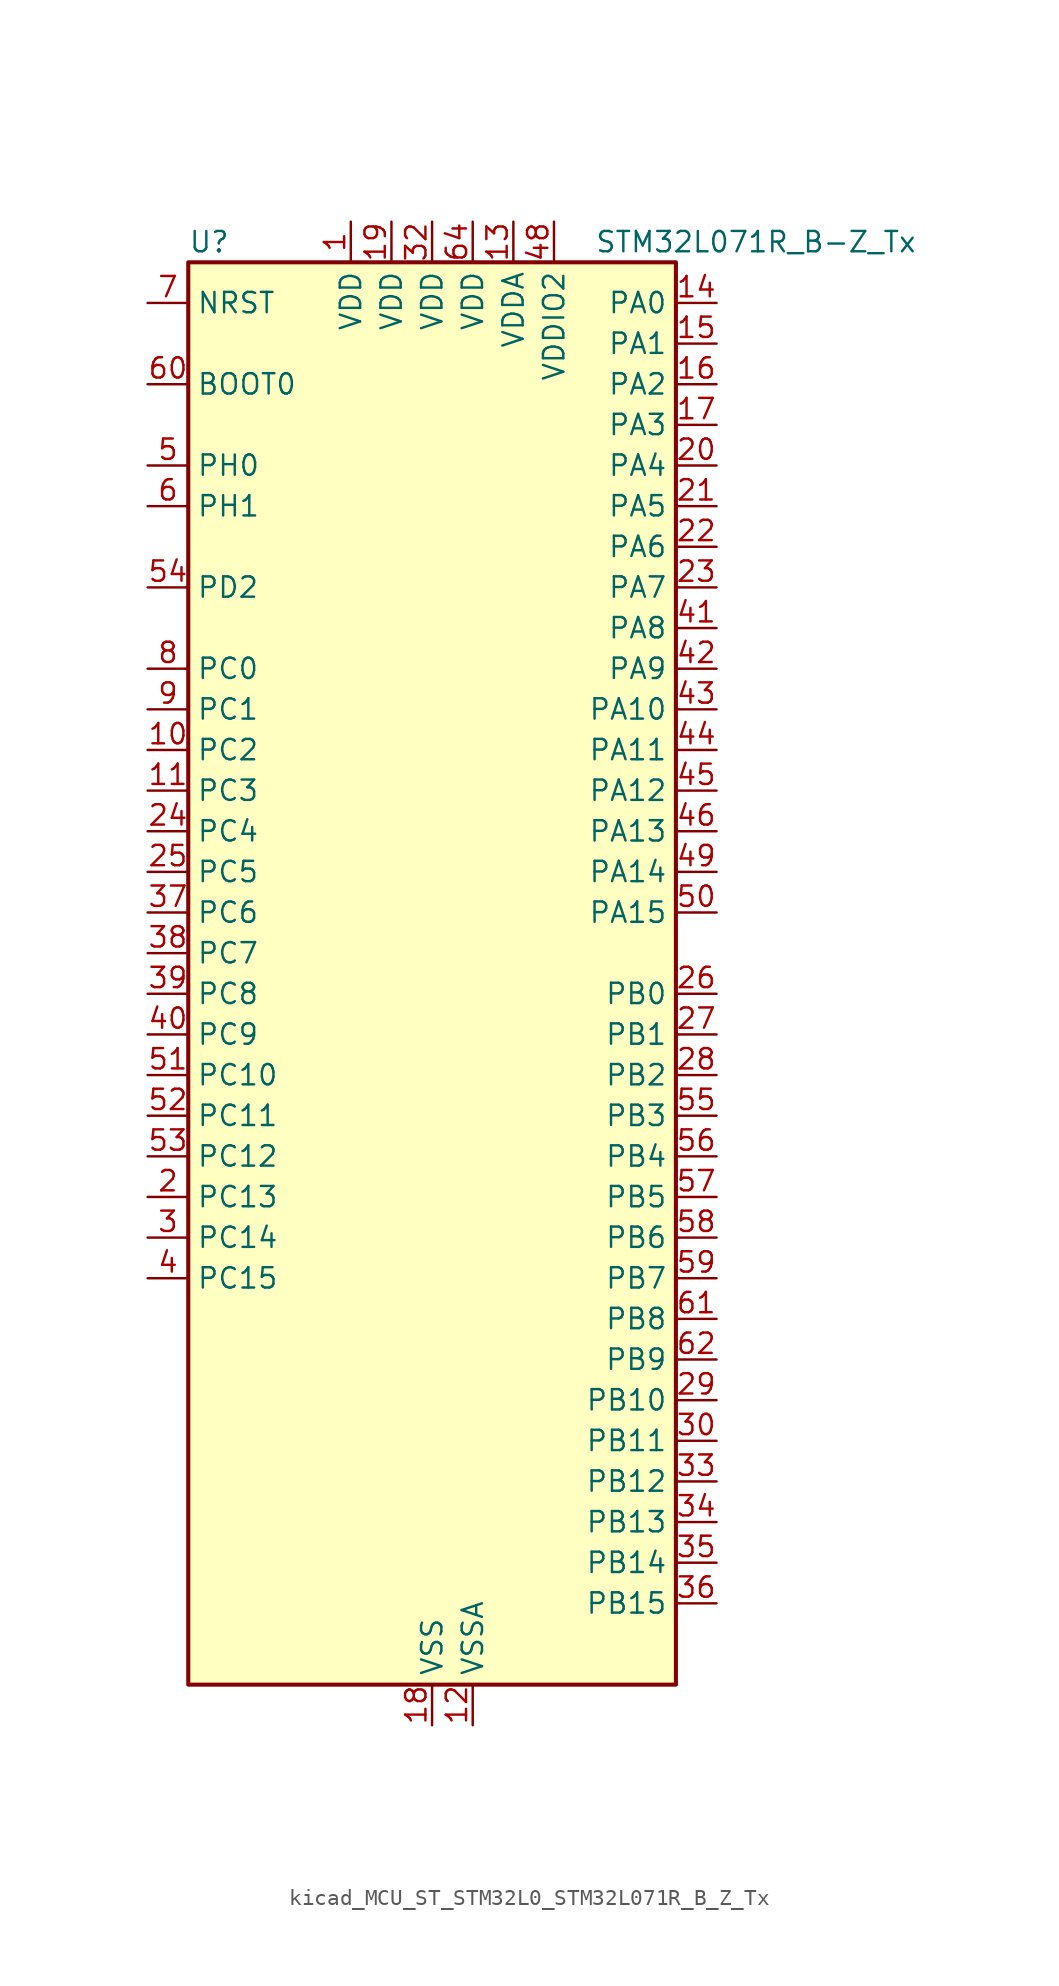
<source format=kicad_sym>
(kicad_symbol_lib
  (version 20220914)
  (generator kicad_symbol_editor)
  (symbol "kicad_MCU_ST_STM32L0_STM32L071R_B_Z_Tx"
    (property "Reference" "U"
      (at -15.24 46.99 0)
      (effects (font (size 1.27 1.27)) (justify left)))
    (property "Value" "STM32L071R_B-Z_Tx"
      (at 10.16 46.99 0)
      (effects (font (size 1.27 1.27)) (justify left)))
    (property "ki_locked" ""
      (at 0 0 0)
      (effects (font (size 1.27 1.27))))
    (symbol "kicad_MCU_ST_STM32L0_STM32L071R_B_Z_Tx_0_1"
      (rectangle (start -15.24 -43.18) (end 15.24 45.72) (stroke (width 0.254) (type default)) (fill (type background))))
    (symbol "kicad_MCU_ST_STM32L0_STM32L071R_B_Z_Tx_1_1"
      (pin power_in line (at -5.08 48.26 270) (length 2.54) (name "VDD" (effects (font (size 1.27 1.27)))) (number "1" (effects (font (size 1.27 1.27)))))
      (pin bidirectional line (at -17.78 15.24 0) (length 2.54) (name "PC2" (effects (font (size 1.27 1.27)))) (number "10" (effects (font (size 1.27 1.27)))) (alternate "ADC_IN12" bidirectional line) (alternate "I2S2_MCK" bidirectional line) (alternate "LPTIM1_IN2" bidirectional line) (alternate "SPI2_MISO" bidirectional line))
      (pin bidirectional line (at -17.78 12.7 0) (length 2.54) (name "PC3" (effects (font (size 1.27 1.27)))) (number "11" (effects (font (size 1.27 1.27)))) (alternate "ADC_IN13" bidirectional line) (alternate "I2S2_SD" bidirectional line) (alternate "LPTIM1_ETR" bidirectional line) (alternate "SPI2_MOSI" bidirectional line))
      (pin power_in line (at 2.54 -45.72 90) (length 2.54) (name "VSSA" (effects (font (size 1.27 1.27)))) (number "12" (effects (font (size 1.27 1.27)))))
      (pin power_in line (at 5.08 48.26 270) (length 2.54) (name "VDDA" (effects (font (size 1.27 1.27)))) (number "13" (effects (font (size 1.27 1.27)))))
      (pin bidirectional line (at 17.78 43.18 180) (length 2.54) (name "PA0" (effects (font (size 1.27 1.27)))) (number "14" (effects (font (size 1.27 1.27)))) (alternate "ADC_IN0" bidirectional line) (alternate "COMP1_INM" bidirectional line) (alternate "COMP1_OUT" bidirectional line) (alternate "RTC_TAMP2" bidirectional line) (alternate "SYS_WKUP1" bidirectional line) (alternate "TIM2_CH1" bidirectional line) (alternate "TIM2_ETR" bidirectional line) (alternate "USART2_CTS" bidirectional line) (alternate "USART4_TX" bidirectional line))
      (pin bidirectional line (at 17.78 40.64 180) (length 2.54) (name "PA1" (effects (font (size 1.27 1.27)))) (number "15" (effects (font (size 1.27 1.27)))) (alternate "ADC_IN1" bidirectional line) (alternate "COMP1_INP" bidirectional line) (alternate "TIM21_ETR" bidirectional line) (alternate "TIM2_CH2" bidirectional line) (alternate "USART2_DE" bidirectional line) (alternate "USART2_RTS" bidirectional line) (alternate "USART4_RX" bidirectional line))
      (pin bidirectional line (at 17.78 38.1 180) (length 2.54) (name "PA2" (effects (font (size 1.27 1.27)))) (number "16" (effects (font (size 1.27 1.27)))) (alternate "ADC_IN2" bidirectional line) (alternate "COMP2_INM" bidirectional line) (alternate "COMP2_OUT" bidirectional line) (alternate "LPUART1_TX" bidirectional line) (alternate "TIM21_CH1" bidirectional line) (alternate "TIM2_CH3" bidirectional line) (alternate "USART2_TX" bidirectional line))
      (pin bidirectional line (at 17.78 35.56 180) (length 2.54) (name "PA3" (effects (font (size 1.27 1.27)))) (number "17" (effects (font (size 1.27 1.27)))) (alternate "ADC_IN3" bidirectional line) (alternate "COMP2_INP" bidirectional line) (alternate "LPUART1_RX" bidirectional line) (alternate "TIM21_CH2" bidirectional line) (alternate "TIM2_CH4" bidirectional line) (alternate "USART2_RX" bidirectional line))
      (pin power_in line (at 0 -45.72 90) (length 2.54) (name "VSS" (effects (font (size 1.27 1.27)))) (number "18" (effects (font (size 1.27 1.27)))))
      (pin power_in line (at -2.54 48.26 270) (length 2.54) (name "VDD" (effects (font (size 1.27 1.27)))) (number "19" (effects (font (size 1.27 1.27)))))
      (pin bidirectional line (at -17.78 -12.7 0) (length 2.54) (name "PC13" (effects (font (size 1.27 1.27)))) (number "2" (effects (font (size 1.27 1.27)))) (alternate "RTC_OUT_ALARM" bidirectional line) (alternate "RTC_OUT_CALIB" bidirectional line) (alternate "RTC_TAMP1" bidirectional line) (alternate "RTC_TS" bidirectional line) (alternate "SYS_WKUP2" bidirectional line))
      (pin bidirectional line (at 17.78 33.02 180) (length 2.54) (name "PA4" (effects (font (size 1.27 1.27)))) (number "20" (effects (font (size 1.27 1.27)))) (alternate "ADC_IN4" bidirectional line) (alternate "COMP1_INM" bidirectional line) (alternate "COMP2_INM" bidirectional line) (alternate "SPI1_NSS" bidirectional line) (alternate "TIM22_ETR" bidirectional line) (alternate "USART2_CK" bidirectional line))
      (pin bidirectional line (at 17.78 30.48 180) (length 2.54) (name "PA5" (effects (font (size 1.27 1.27)))) (number "21" (effects (font (size 1.27 1.27)))) (alternate "ADC_IN5" bidirectional line) (alternate "COMP1_INM" bidirectional line) (alternate "COMP2_INM" bidirectional line) (alternate "SPI1_SCK" bidirectional line) (alternate "TIM2_CH1" bidirectional line) (alternate "TIM2_ETR" bidirectional line))
      (pin bidirectional line (at 17.78 27.94 180) (length 2.54) (name "PA6" (effects (font (size 1.27 1.27)))) (number "22" (effects (font (size 1.27 1.27)))) (alternate "ADC_IN6" bidirectional line) (alternate "COMP1_OUT" bidirectional line) (alternate "LPUART1_CTS" bidirectional line) (alternate "SPI1_MISO" bidirectional line) (alternate "TIM22_CH1" bidirectional line) (alternate "TIM3_CH1" bidirectional line))
      (pin bidirectional line (at 17.78 25.4 180) (length 2.54) (name "PA7" (effects (font (size 1.27 1.27)))) (number "23" (effects (font (size 1.27 1.27)))) (alternate "ADC_IN7" bidirectional line) (alternate "COMP2_OUT" bidirectional line) (alternate "SPI1_MOSI" bidirectional line) (alternate "TIM22_CH2" bidirectional line) (alternate "TIM3_CH2" bidirectional line))
      (pin bidirectional line (at -17.78 10.16 0) (length 2.54) (name "PC4" (effects (font (size 1.27 1.27)))) (number "24" (effects (font (size 1.27 1.27)))) (alternate "ADC_IN14" bidirectional line) (alternate "LPUART1_TX" bidirectional line))
      (pin bidirectional line (at -17.78 7.62 0) (length 2.54) (name "PC5" (effects (font (size 1.27 1.27)))) (number "25" (effects (font (size 1.27 1.27)))) (alternate "ADC_IN15" bidirectional line) (alternate "LPUART1_RX" bidirectional line))
      (pin bidirectional line (at 17.78 0 180) (length 2.54) (name "PB0" (effects (font (size 1.27 1.27)))) (number "26" (effects (font (size 1.27 1.27)))) (alternate "ADC_IN8" bidirectional line) (alternate "SYS_VREF_OUT_PB0" bidirectional line) (alternate "TIM3_CH3" bidirectional line))
      (pin bidirectional line (at 17.78 -2.54 180) (length 2.54) (name "PB1" (effects (font (size 1.27 1.27)))) (number "27" (effects (font (size 1.27 1.27)))) (alternate "ADC_IN9" bidirectional line) (alternate "LPUART1_DE" bidirectional line) (alternate "LPUART1_RTS" bidirectional line) (alternate "SYS_VREF_OUT_PB1" bidirectional line) (alternate "TIM3_CH4" bidirectional line))
      (pin bidirectional line (at 17.78 -5.08 180) (length 2.54) (name "PB2" (effects (font (size 1.27 1.27)))) (number "28" (effects (font (size 1.27 1.27)))) (alternate "I2C3_SMBA" bidirectional line) (alternate "LPTIM1_OUT" bidirectional line))
      (pin bidirectional line (at 17.78 -25.4 180) (length 2.54) (name "PB10" (effects (font (size 1.27 1.27)))) (number "29" (effects (font (size 1.27 1.27)))) (alternate "I2C2_SCL" bidirectional line) (alternate "LPUART1_RX" bidirectional line) (alternate "LPUART1_TX" bidirectional line) (alternate "SPI2_SCK" bidirectional line) (alternate "TIM2_CH3" bidirectional line))
      (pin bidirectional line (at -17.78 -15.24 0) (length 2.54) (name "PC14" (effects (font (size 1.27 1.27)))) (number "3" (effects (font (size 1.27 1.27)))) (alternate "RCC_OSC32_IN" bidirectional line))
      (pin bidirectional line (at 17.78 -27.94 180) (length 2.54) (name "PB11" (effects (font (size 1.27 1.27)))) (number "30" (effects (font (size 1.27 1.27)))) (alternate "ADC_EXTI11" bidirectional line) (alternate "I2C2_SDA" bidirectional line) (alternate "LPUART1_RX" bidirectional line) (alternate "LPUART1_TX" bidirectional line) (alternate "TIM2_CH4" bidirectional line))
      (pin passive line (at 0 -45.72 90) (length 2.54) hide (name "VSS" (effects (font (size 1.27 1.27)))) (number "31" (effects (font (size 1.27 1.27)))))
      (pin power_in line (at 0 48.26 270) (length 2.54) (name "VDD" (effects (font (size 1.27 1.27)))) (number "32" (effects (font (size 1.27 1.27)))))
      (pin bidirectional line (at 17.78 -30.48 180) (length 2.54) (name "PB12" (effects (font (size 1.27 1.27)))) (number "33" (effects (font (size 1.27 1.27)))) (alternate "I2S2_WS" bidirectional line) (alternate "LPUART1_DE" bidirectional line) (alternate "LPUART1_RTS" bidirectional line) (alternate "SPI2_NSS" bidirectional line))
      (pin bidirectional line (at 17.78 -33.02 180) (length 2.54) (name "PB13" (effects (font (size 1.27 1.27)))) (number "34" (effects (font (size 1.27 1.27)))) (alternate "I2C2_SCL" bidirectional line) (alternate "I2S2_CK" bidirectional line) (alternate "LPUART1_CTS" bidirectional line) (alternate "RCC_MCO" bidirectional line) (alternate "SPI2_SCK" bidirectional line) (alternate "TIM21_CH1" bidirectional line))
      (pin bidirectional line (at 17.78 -35.56 180) (length 2.54) (name "PB14" (effects (font (size 1.27 1.27)))) (number "35" (effects (font (size 1.27 1.27)))) (alternate "I2C2_SDA" bidirectional line) (alternate "I2S2_MCK" bidirectional line) (alternate "LPUART1_DE" bidirectional line) (alternate "LPUART1_RTS" bidirectional line) (alternate "RTC_OUT_ALARM" bidirectional line) (alternate "RTC_OUT_CALIB" bidirectional line) (alternate "SPI2_MISO" bidirectional line) (alternate "TIM21_CH2" bidirectional line))
      (pin bidirectional line (at 17.78 -38.1 180) (length 2.54) (name "PB15" (effects (font (size 1.27 1.27)))) (number "36" (effects (font (size 1.27 1.27)))) (alternate "I2S2_SD" bidirectional line) (alternate "RTC_REFIN" bidirectional line) (alternate "SPI2_MOSI" bidirectional line))
      (pin bidirectional line (at -17.78 5.08 0) (length 2.54) (name "PC6" (effects (font (size 1.27 1.27)))) (number "37" (effects (font (size 1.27 1.27)))) (alternate "TIM22_CH1" bidirectional line) (alternate "TIM3_CH1" bidirectional line))
      (pin bidirectional line (at -17.78 2.54 0) (length 2.54) (name "PC7" (effects (font (size 1.27 1.27)))) (number "38" (effects (font (size 1.27 1.27)))) (alternate "TIM22_CH2" bidirectional line) (alternate "TIM3_CH2" bidirectional line))
      (pin bidirectional line (at -17.78 0 0) (length 2.54) (name "PC8" (effects (font (size 1.27 1.27)))) (number "39" (effects (font (size 1.27 1.27)))) (alternate "TIM22_ETR" bidirectional line) (alternate "TIM3_CH3" bidirectional line))
      (pin bidirectional line (at -17.78 -17.78 0) (length 2.54) (name "PC15" (effects (font (size 1.27 1.27)))) (number "4" (effects (font (size 1.27 1.27)))) (alternate "RCC_OSC32_OUT" bidirectional line))
      (pin bidirectional line (at -17.78 -2.54 0) (length 2.54) (name "PC9" (effects (font (size 1.27 1.27)))) (number "40" (effects (font (size 1.27 1.27)))) (alternate "I2C3_SDA" bidirectional line) (alternate "TIM21_ETR" bidirectional line) (alternate "TIM3_CH4" bidirectional line))
      (pin bidirectional line (at 17.78 22.86 180) (length 2.54) (name "PA8" (effects (font (size 1.27 1.27)))) (number "41" (effects (font (size 1.27 1.27)))) (alternate "I2C3_SCL" bidirectional line) (alternate "RCC_MCO" bidirectional line) (alternate "USART1_CK" bidirectional line))
      (pin bidirectional line (at 17.78 20.32 180) (length 2.54) (name "PA9" (effects (font (size 1.27 1.27)))) (number "42" (effects (font (size 1.27 1.27)))) (alternate "I2C1_SCL" bidirectional line) (alternate "I2C3_SMBA" bidirectional line) (alternate "RCC_MCO" bidirectional line) (alternate "USART1_TX" bidirectional line))
      (pin bidirectional line (at 17.78 17.78 180) (length 2.54) (name "PA10" (effects (font (size 1.27 1.27)))) (number "43" (effects (font (size 1.27 1.27)))) (alternate "I2C1_SDA" bidirectional line) (alternate "USART1_RX" bidirectional line))
      (pin bidirectional line (at 17.78 15.24 180) (length 2.54) (name "PA11" (effects (font (size 1.27 1.27)))) (number "44" (effects (font (size 1.27 1.27)))) (alternate "ADC_EXTI11" bidirectional line) (alternate "COMP1_OUT" bidirectional line) (alternate "SPI1_MISO" bidirectional line) (alternate "USART1_CTS" bidirectional line))
      (pin bidirectional line (at 17.78 12.7 180) (length 2.54) (name "PA12" (effects (font (size 1.27 1.27)))) (number "45" (effects (font (size 1.27 1.27)))) (alternate "COMP2_OUT" bidirectional line) (alternate "SPI1_MOSI" bidirectional line) (alternate "USART1_DE" bidirectional line) (alternate "USART1_RTS" bidirectional line))
      (pin bidirectional line (at 17.78 10.16 180) (length 2.54) (name "PA13" (effects (font (size 1.27 1.27)))) (number "46" (effects (font (size 1.27 1.27)))) (alternate "LPUART1_RX" bidirectional line) (alternate "SYS_SWDIO" bidirectional line))
      (pin passive line (at 0 -45.72 90) (length 2.54) hide (name "VSS" (effects (font (size 1.27 1.27)))) (number "47" (effects (font (size 1.27 1.27)))))
      (pin power_in line (at 7.62 48.26 270) (length 2.54) (name "VDDIO2" (effects (font (size 1.27 1.27)))) (number "48" (effects (font (size 1.27 1.27)))))
      (pin bidirectional line (at 17.78 7.62 180) (length 2.54) (name "PA14" (effects (font (size 1.27 1.27)))) (number "49" (effects (font (size 1.27 1.27)))) (alternate "LPUART1_TX" bidirectional line) (alternate "SYS_SWCLK" bidirectional line) (alternate "USART2_TX" bidirectional line))
      (pin bidirectional line (at -17.78 33.02 0) (length 2.54) (name "PH0" (effects (font (size 1.27 1.27)))) (number "5" (effects (font (size 1.27 1.27)))) (alternate "RCC_OSC_IN" bidirectional line))
      (pin bidirectional line (at 17.78 5.08 180) (length 2.54) (name "PA15" (effects (font (size 1.27 1.27)))) (number "50" (effects (font (size 1.27 1.27)))) (alternate "SPI1_NSS" bidirectional line) (alternate "TIM2_CH1" bidirectional line) (alternate "TIM2_ETR" bidirectional line) (alternate "USART2_RX" bidirectional line) (alternate "USART4_DE" bidirectional line) (alternate "USART4_RTS" bidirectional line))
      (pin bidirectional line (at -17.78 -5.08 0) (length 2.54) (name "PC10" (effects (font (size 1.27 1.27)))) (number "51" (effects (font (size 1.27 1.27)))) (alternate "LPUART1_TX" bidirectional line) (alternate "USART4_TX" bidirectional line))
      (pin bidirectional line (at -17.78 -7.62 0) (length 2.54) (name "PC11" (effects (font (size 1.27 1.27)))) (number "52" (effects (font (size 1.27 1.27)))) (alternate "ADC_EXTI11" bidirectional line) (alternate "LPUART1_RX" bidirectional line) (alternate "USART4_RX" bidirectional line))
      (pin bidirectional line (at -17.78 -10.16 0) (length 2.54) (name "PC12" (effects (font (size 1.27 1.27)))) (number "53" (effects (font (size 1.27 1.27)))) (alternate "USART4_CK" bidirectional line) (alternate "USART5_TX" bidirectional line))
      (pin bidirectional line (at -17.78 25.4 0) (length 2.54) (name "PD2" (effects (font (size 1.27 1.27)))) (number "54" (effects (font (size 1.27 1.27)))) (alternate "LPUART1_DE" bidirectional line) (alternate "LPUART1_RTS" bidirectional line) (alternate "TIM3_ETR" bidirectional line) (alternate "USART5_RX" bidirectional line))
      (pin bidirectional line (at 17.78 -7.62 180) (length 2.54) (name "PB3" (effects (font (size 1.27 1.27)))) (number "55" (effects (font (size 1.27 1.27)))) (alternate "COMP2_INM" bidirectional line) (alternate "SPI1_SCK" bidirectional line) (alternate "TIM2_CH2" bidirectional line) (alternate "USART1_DE" bidirectional line) (alternate "USART1_RTS" bidirectional line) (alternate "USART5_TX" bidirectional line))
      (pin bidirectional line (at 17.78 -10.16 180) (length 2.54) (name "PB4" (effects (font (size 1.27 1.27)))) (number "56" (effects (font (size 1.27 1.27)))) (alternate "COMP2_INP" bidirectional line) (alternate "I2C3_SDA" bidirectional line) (alternate "SPI1_MISO" bidirectional line) (alternate "TIM22_CH1" bidirectional line) (alternate "TIM3_CH1" bidirectional line) (alternate "USART1_CTS" bidirectional line) (alternate "USART5_RX" bidirectional line))
      (pin bidirectional line (at 17.78 -12.7 180) (length 2.54) (name "PB5" (effects (font (size 1.27 1.27)))) (number "57" (effects (font (size 1.27 1.27)))) (alternate "COMP2_INP" bidirectional line) (alternate "I2C1_SMBA" bidirectional line) (alternate "LPTIM1_IN1" bidirectional line) (alternate "SPI1_MOSI" bidirectional line) (alternate "TIM22_CH2" bidirectional line) (alternate "TIM3_CH2" bidirectional line) (alternate "USART1_CK" bidirectional line) (alternate "USART5_CK" bidirectional line) (alternate "USART5_DE" bidirectional line) (alternate "USART5_RTS" bidirectional line))
      (pin bidirectional line (at 17.78 -15.24 180) (length 2.54) (name "PB6" (effects (font (size 1.27 1.27)))) (number "58" (effects (font (size 1.27 1.27)))) (alternate "COMP2_INP" bidirectional line) (alternate "I2C1_SCL" bidirectional line) (alternate "LPTIM1_ETR" bidirectional line) (alternate "USART1_TX" bidirectional line))
      (pin bidirectional line (at 17.78 -17.78 180) (length 2.54) (name "PB7" (effects (font (size 1.27 1.27)))) (number "59" (effects (font (size 1.27 1.27)))) (alternate "COMP2_INP" bidirectional line) (alternate "I2C1_SDA" bidirectional line) (alternate "LPTIM1_IN2" bidirectional line) (alternate "SYS_PVD_IN" bidirectional line) (alternate "USART1_RX" bidirectional line) (alternate "USART4_CTS" bidirectional line))
      (pin bidirectional line (at -17.78 30.48 0) (length 2.54) (name "PH1" (effects (font (size 1.27 1.27)))) (number "6" (effects (font (size 1.27 1.27)))) (alternate "RCC_OSC_OUT" bidirectional line))
      (pin input line (at -17.78 38.1 0) (length 2.54) (name "BOOT0" (effects (font (size 1.27 1.27)))) (number "60" (effects (font (size 1.27 1.27)))))
      (pin bidirectional line (at 17.78 -20.32 180) (length 2.54) (name "PB8" (effects (font (size 1.27 1.27)))) (number "61" (effects (font (size 1.27 1.27)))) (alternate "I2C1_SCL" bidirectional line))
      (pin bidirectional line (at 17.78 -22.86 180) (length 2.54) (name "PB9" (effects (font (size 1.27 1.27)))) (number "62" (effects (font (size 1.27 1.27)))) (alternate "I2C1_SDA" bidirectional line) (alternate "I2S2_WS" bidirectional line) (alternate "SPI2_NSS" bidirectional line))
      (pin passive line (at 0 -45.72 90) (length 2.54) hide (name "VSS" (effects (font (size 1.27 1.27)))) (number "63" (effects (font (size 1.27 1.27)))))
      (pin power_in line (at 2.54 48.26 270) (length 2.54) (name "VDD" (effects (font (size 1.27 1.27)))) (number "64" (effects (font (size 1.27 1.27)))))
      (pin input line (at -17.78 43.18 0) (length 2.54) (name "NRST" (effects (font (size 1.27 1.27)))) (number "7" (effects (font (size 1.27 1.27)))))
      (pin bidirectional line (at -17.78 20.32 0) (length 2.54) (name "PC0" (effects (font (size 1.27 1.27)))) (number "8" (effects (font (size 1.27 1.27)))) (alternate "ADC_IN10" bidirectional line) (alternate "I2C3_SCL" bidirectional line) (alternate "LPTIM1_IN1" bidirectional line) (alternate "LPUART1_RX" bidirectional line))
      (pin bidirectional line (at -17.78 17.78 0) (length 2.54) (name "PC1" (effects (font (size 1.27 1.27)))) (number "9" (effects (font (size 1.27 1.27)))) (alternate "ADC_IN11" bidirectional line) (alternate "I2C3_SDA" bidirectional line) (alternate "LPTIM1_OUT" bidirectional line) (alternate "LPUART1_TX" bidirectional line)))))
</source>
